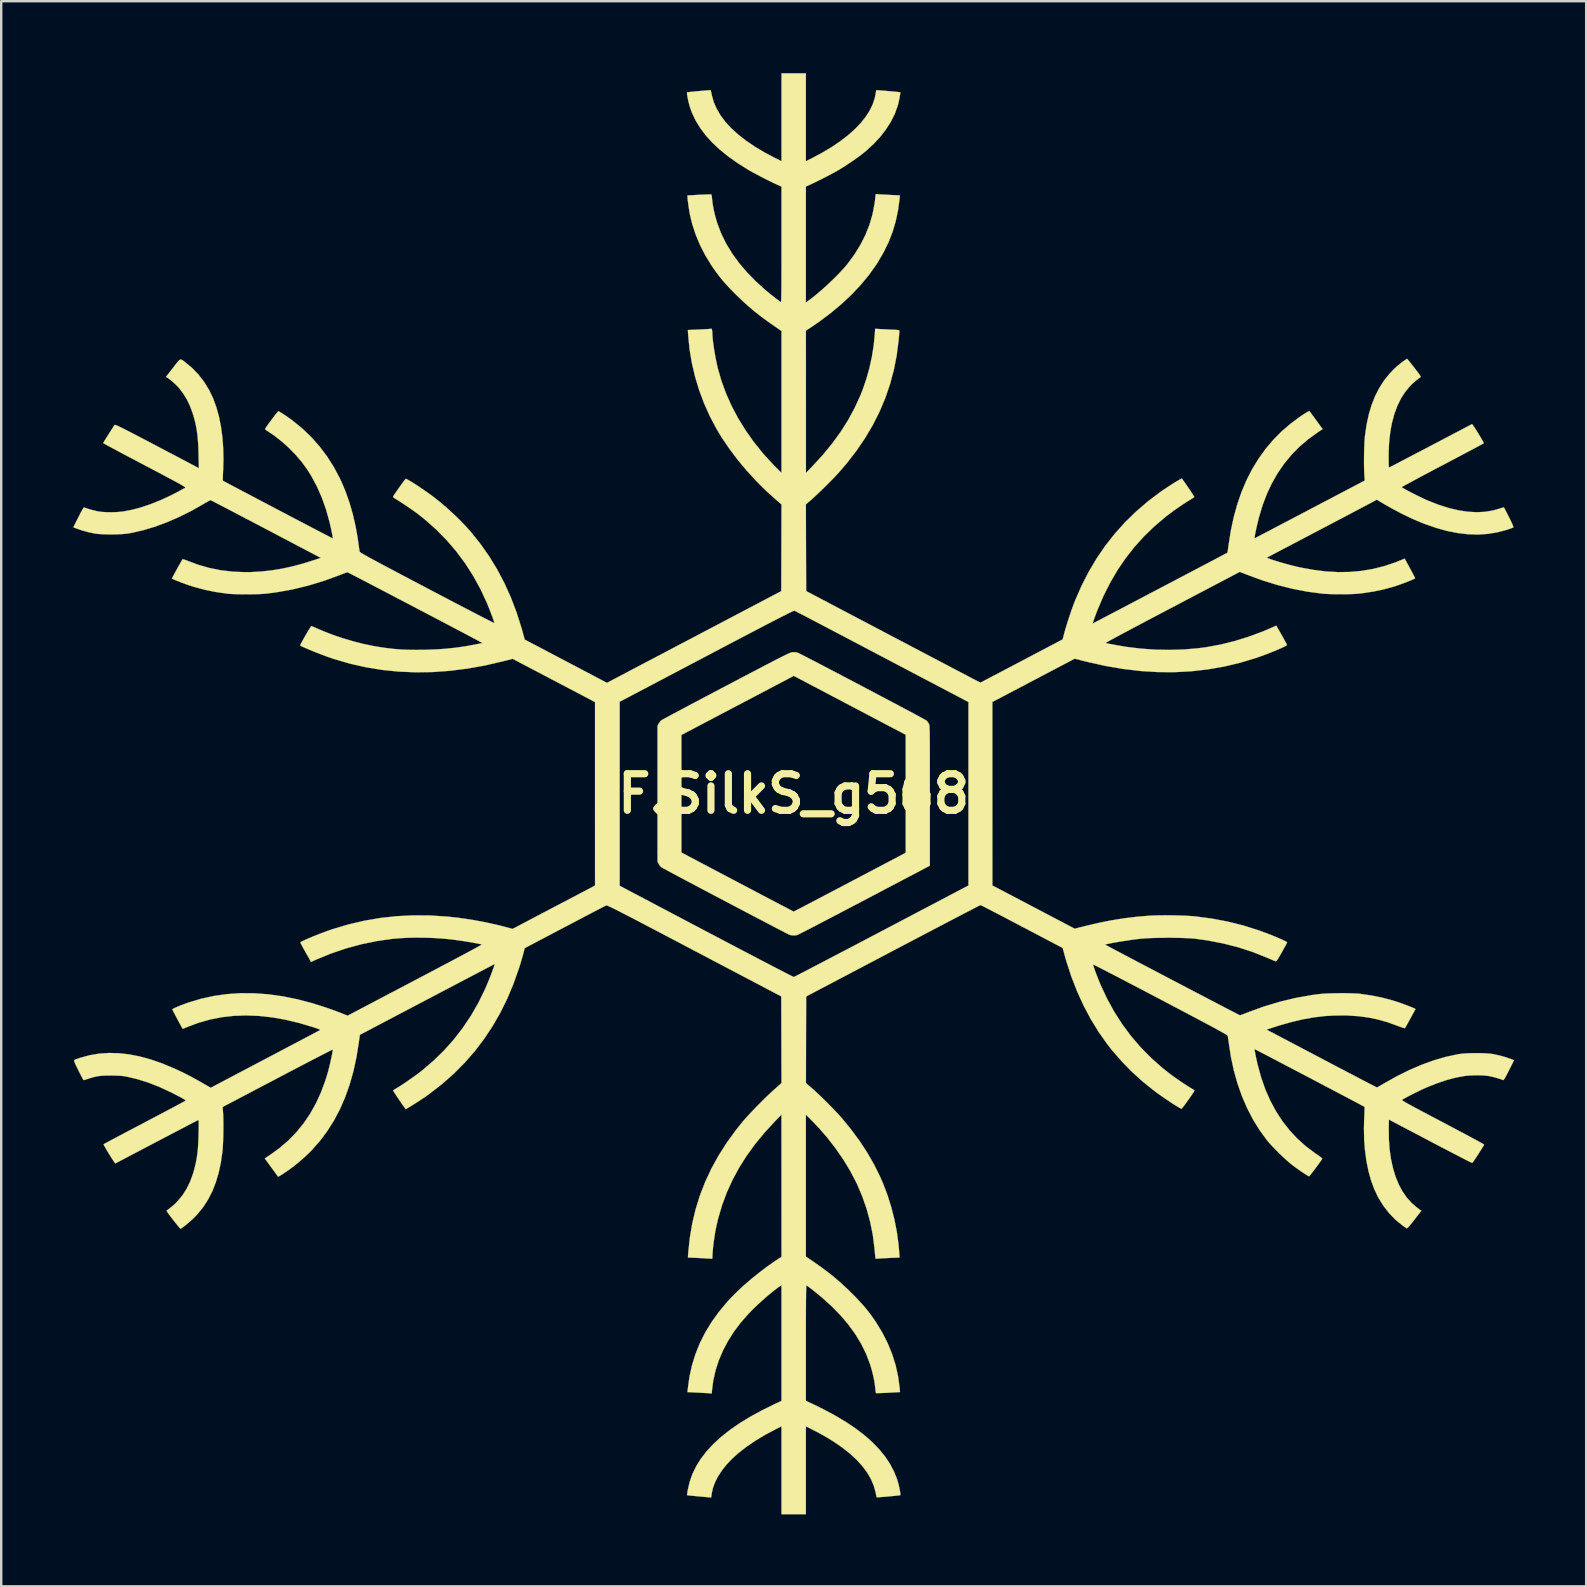
<source format=kicad_pcb>
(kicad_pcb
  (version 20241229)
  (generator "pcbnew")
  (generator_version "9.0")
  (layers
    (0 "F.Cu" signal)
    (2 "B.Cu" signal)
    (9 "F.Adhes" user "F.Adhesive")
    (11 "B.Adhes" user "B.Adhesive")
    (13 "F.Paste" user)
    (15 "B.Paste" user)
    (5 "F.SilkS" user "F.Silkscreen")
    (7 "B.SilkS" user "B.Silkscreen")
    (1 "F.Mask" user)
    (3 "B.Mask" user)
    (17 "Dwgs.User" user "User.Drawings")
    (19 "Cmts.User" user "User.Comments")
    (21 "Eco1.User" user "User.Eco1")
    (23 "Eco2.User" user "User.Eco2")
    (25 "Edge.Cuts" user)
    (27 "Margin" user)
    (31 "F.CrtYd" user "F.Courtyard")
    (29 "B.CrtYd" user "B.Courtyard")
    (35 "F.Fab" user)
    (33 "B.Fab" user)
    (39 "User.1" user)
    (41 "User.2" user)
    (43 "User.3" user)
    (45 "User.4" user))
  (footprint "F.SilkS_g568"
    (layer "F.Cu")
    (at 30.016 30.019)
    (property "Reference" "F.SilkS_g568" (at 0 0 0) (layer "F.SilkS") (effects (font (size 1.524 1.524) (thickness 0.3))))
    (attr through_hole)
    (fp_poly (pts (xy 0.074 -5.898) (xy 0.161 -5.879) (xy 0.193 -5.865) (xy 0.259 -5.832) (xy 0.357 -5.783) (xy 0.484 -5.717) (xy 0.638 -5.638) (xy 0.816 -5.546) (xy 1.016 -5.442) (xy 1.234 -5.328) (xy 1.468 -5.206) (xy 1.716 -5.076) (xy 1.975 -4.94) (xy 2.242 -4.8) (xy 2.515 -4.656) (xy 2.792 -4.511) (xy 3.068 -4.365) (xy 3.343 -4.221) (xy 3.612 -4.078) (xy 3.875 -3.939) (xy 4.127 -3.806) (xy 4.367 -3.679) (xy 4.591 -3.559) (xy 4.798 -3.449) (xy 4.985 -3.35) (xy 5.148 -3.262) (xy 5.285 -3.188) (xy 5.395 -3.128) (xy 5.473 -3.085) (xy 5.518 -3.059) (xy 5.528 -3.053) (xy 5.579 -2.998) (xy 5.625 -2.931) (xy 5.631 -2.919) (xy 5.637 -2.907) (xy 5.642 -2.893) (xy 5.647 -2.875) (xy 5.651 -2.85) (xy 5.655 -2.817) (xy 5.658 -2.774) (xy 5.661 -2.718) (xy 5.663 -2.648) (xy 5.666 -2.56) (xy 5.667 -2.453) (xy 5.669 -2.326) (xy 5.67 -2.174) (xy 5.671 -1.998) (xy 5.671 -1.794) (xy 5.672 -1.56) (xy 5.672 -1.294) (xy 5.672 -0.994) (xy 5.673 -0.658) (xy 5.673 -0.283) (xy 5.673 0.079) (xy 5.673 2.996) (xy 2.946 4.43) (xy 2.629 4.597) (xy 2.32 4.759) (xy 2.024 4.914) (xy 1.741 5.062) (xy 1.474 5.201) (xy 1.226 5.331) (xy 0.997 5.45) (xy 0.791 5.557) (xy 0.61 5.651) (xy 0.455 5.73) (xy 0.33 5.795) (xy 0.235 5.843) (xy 0.173 5.873) (xy 0.147 5.885) (xy 0.026 5.903) (xy -0.1 5.895) (xy -0.169 5.877) (xy -0.199 5.863) (xy -0.264 5.83) (xy -0.361 5.781) (xy -0.487 5.716) (xy -0.64 5.637) (xy -0.817 5.545) (xy -1.015 5.441) (xy -1.233 5.327) (xy -1.466 5.205) (xy -1.714 5.075) (xy -1.972 4.94) (xy -2.239 4.799) (xy -2.511 4.656) (xy -2.787 4.511) (xy -3.063 4.365) (xy -3.337 4.221) (xy -3.606 4.079) (xy -3.868 3.94) (xy -4.12 3.807) (xy -4.359 3.68) (xy -4.584 3.561) (xy -4.79 3.451) (xy -4.976 3.352) (xy -5.139 3.265) (xy -5.276 3.191) (xy -5.385 3.132) (xy -5.462 3.09) (xy -5.507 3.064) (xy -5.515 3.059) (xy -5.568 3.006) (xy -5.616 2.937) (xy -5.628 2.915) (xy -5.673 2.823) (xy -5.673 -2.449) (xy -4.678 -2.449) (xy -4.678 2.449) (xy -2.344 3.679) (xy -2.052 3.833) (xy -1.77 3.981) (xy -1.5 4.123) (xy -1.246 4.257) (xy -1.008 4.381) (xy -0.79 4.496) (xy -0.594 4.599) (xy -0.422 4.689) (xy -0.276 4.765) (xy -0.159 4.827) (xy -0.072 4.872) (xy -0.018 4.9) (xy 0 4.909) (xy 0.02 4.899) (xy 0.075 4.871) (xy 0.162 4.825) (xy 0.281 4.764) (xy 0.428 4.687) (xy 0.601 4.597) (xy 0.798 4.494) (xy 1.016 4.379) (xy 1.254 4.254) (xy 1.509 4.12) (xy 1.779 3.978) (xy 2.061 3.83) (xy 2.339 3.684) (xy 4.667 2.458) (xy 4.667 -2.458) (xy 2.335 -3.685) (xy 0.003 -4.912) (xy -2.337 -3.681) (xy -4.678 -2.449) (xy -5.673 -2.449) (xy -5.673 -2.823) (xy -5.628 -2.915) (xy -5.585 -2.984) (xy -5.532 -3.045) (xy -5.515 -3.059) (xy -5.489 -3.075) (xy -5.427 -3.109) (xy -5.332 -3.161) (xy -5.206 -3.229) (xy -5.051 -3.312) (xy -4.87 -3.409) (xy -4.664 -3.518) (xy -4.437 -3.639) (xy -4.189 -3.771) (xy -3.923 -3.911) (xy -3.642 -4.06) (xy -3.348 -4.215) (xy -3.042 -4.376) (xy -2.807 -4.5) (xy -2.437 -4.694) (xy -2.104 -4.87) (xy -1.804 -5.027) (xy -1.535 -5.168) (xy -1.297 -5.292) (xy -1.086 -5.402) (xy -0.902 -5.498) (xy -0.742 -5.581) (xy -0.604 -5.651) (xy -0.487 -5.71) (xy -0.388 -5.759) (xy -0.306 -5.799) (xy -0.239 -5.831) (xy -0.184 -5.855) (xy -0.141 -5.873) (xy -0.107 -5.885) (xy -0.08 -5.893) (xy -0.058 -5.898) (xy -0.046 -5.899) (xy 0.074 -5.898)) (stroke (width 0.01) (type solid)) (fill yes) (layer "F.SilkS"))
    (fp_poly (pts (xy 0.508 -26.352) (xy 0.739 -26.468) (xy 1.171 -26.697) (xy 1.568 -26.933) (xy 1.928 -27.176) (xy 2.252 -27.424) (xy 2.538 -27.677) (xy 2.786 -27.934) (xy 2.994 -28.194) (xy 3.163 -28.457) (xy 3.292 -28.722) (xy 3.379 -28.989) (xy 3.41 -29.136) (xy 3.423 -29.215) (xy 3.433 -29.276) (xy 3.44 -29.308) (xy 3.44 -29.311) (xy 3.462 -29.311) (xy 3.518 -29.308) (xy 3.602 -29.302) (xy 3.707 -29.294) (xy 3.826 -29.284) (xy 3.951 -29.273) (xy 4.075 -29.262) (xy 4.192 -29.251) (xy 4.294 -29.241) (xy 4.373 -29.232) (xy 4.424 -29.226) (xy 4.439 -29.223) (xy 4.441 -29.197) (xy 4.434 -29.139) (xy 4.421 -29.057) (xy 4.403 -28.961) (xy 4.381 -28.858) (xy 4.358 -28.758) (xy 4.335 -28.67) (xy 4.327 -28.644) (xy 4.206 -28.314) (xy 4.043 -27.99) (xy 3.841 -27.673) (xy 3.601 -27.364) (xy 3.323 -27.066) (xy 3.01 -26.779) (xy 2.879 -26.672) (xy 2.748 -26.572) (xy 2.59 -26.458) (xy 2.414 -26.337) (xy 2.232 -26.215) (xy 2.052 -26.098) (xy 1.884 -25.995) (xy 1.789 -25.939) (xy 1.684 -25.881) (xy 1.551 -25.81) (xy 1.398 -25.73) (xy 1.234 -25.646) (xy 1.069 -25.563) (xy 0.912 -25.485) (xy 0.771 -25.417) (xy 0.672 -25.371) (xy 0.508 -25.297) (xy 0.508 -20.466) (xy 0.606 -20.536) (xy 0.784 -20.669) (xy 0.978 -20.827) (xy 1.182 -21.003) (xy 1.39 -21.19) (xy 1.595 -21.384) (xy 1.791 -21.577) (xy 1.971 -21.763) (xy 2.129 -21.937) (xy 2.245 -22.077) (xy 2.536 -22.474) (xy 2.785 -22.878) (xy 2.992 -23.29) (xy 3.159 -23.71) (xy 3.284 -24.138) (xy 3.369 -24.575) (xy 3.39 -24.741) (xy 3.417 -24.982) (xy 3.629 -24.969) (xy 3.736 -24.963) (xy 3.868 -24.956) (xy 4.009 -24.948) (xy 4.133 -24.942) (xy 4.425 -24.928) (xy 4.413 -24.799) (xy 4.348 -24.315) (xy 4.251 -23.854) (xy 4.12 -23.411) (xy 3.952 -22.981) (xy 3.746 -22.558) (xy 3.501 -22.139) (xy 3.417 -22.01) (xy 3.122 -21.599) (xy 2.786 -21.194) (xy 2.413 -20.799) (xy 2.003 -20.414) (xy 1.559 -20.041) (xy 1.082 -19.682) (xy 0.776 -19.471) (xy 0.509 -19.293) (xy 0.51 -16.33) (xy 0.51 -13.367) (xy 0.787 -13.652) (xy 1.219 -14.122) (xy 1.609 -14.598) (xy 1.96 -15.082) (xy 2.271 -15.575) (xy 2.544 -16.08) (xy 2.78 -16.597) (xy 2.866 -16.812) (xy 3.021 -17.259) (xy 3.153 -17.727) (xy 3.258 -18.204) (xy 3.334 -18.679) (xy 3.379 -19.14) (xy 3.38 -19.153) (xy 3.393 -19.372) (xy 3.596 -19.359) (xy 3.698 -19.354) (xy 3.825 -19.347) (xy 3.963 -19.34) (xy 4.095 -19.334) (xy 4.101 -19.334) (xy 4.219 -19.328) (xy 4.302 -19.323) (xy 4.355 -19.317) (xy 4.385 -19.309) (xy 4.399 -19.297) (xy 4.403 -19.281) (xy 4.403 -19.274) (xy 4.401 -19.238) (xy 4.395 -19.168) (xy 4.387 -19.072) (xy 4.377 -18.959) (xy 4.37 -18.879) (xy 4.291 -18.262) (xy 4.172 -17.658) (xy 4.014 -17.067) (xy 3.817 -16.489) (xy 3.579 -15.924) (xy 3.301 -15.372) (xy 2.982 -14.831) (xy 2.623 -14.301) (xy 2.223 -13.783) (xy 1.904 -13.409) (xy 1.8 -13.296) (xy 1.673 -13.162) (xy 1.529 -13.015) (xy 1.375 -12.861) (xy 1.218 -12.706) (xy 1.065 -12.558) (xy 0.921 -12.421) (xy 0.793 -12.304) (xy 0.704 -12.225) (xy 0.508 -12.057) (xy 0.513 -10.251) (xy 0.519 -8.445) (xy 4.022 -6.601) (xy 4.383 -6.411) (xy 4.736 -6.226) (xy 5.077 -6.046) (xy 5.406 -5.873) (xy 5.72 -5.708) (xy 6.018 -5.552) (xy 6.297 -5.405) (xy 6.555 -5.269) (xy 6.792 -5.145) (xy 7.003 -5.034) (xy 7.189 -4.937) (xy 7.346 -4.854) (xy 7.474 -4.788) (xy 7.569 -4.738) (xy 7.63 -4.706) (xy 7.654 -4.694) (xy 7.783 -4.63) (xy 9.494 -5.53) (xy 11.205 -6.431) (xy 11.276 -6.703) (xy 11.322 -6.868) (xy 11.381 -7.062) (xy 11.447 -7.272) (xy 11.519 -7.488) (xy 11.592 -7.698) (xy 11.663 -7.891) (xy 11.721 -8.043) (xy 11.989 -8.657) (xy 12.288 -9.242) (xy 12.618 -9.799) (xy 12.98 -10.328) (xy 13.374 -10.83) (xy 13.8 -11.305) (xy 14.26 -11.754) (xy 14.752 -12.177) (xy 15.263 -12.563) (xy 15.381 -12.645) (xy 15.506 -12.73) (xy 15.634 -12.814) (xy 15.759 -12.895) (xy 15.876 -12.968) (xy 15.98 -13.031) (xy 16.067 -13.081) (xy 16.13 -13.115) (xy 16.166 -13.13) (xy 16.172 -13.129) (xy 16.202 -13.092) (xy 16.247 -13.029) (xy 16.305 -12.948) (xy 16.37 -12.854) (xy 16.438 -12.754) (xy 16.506 -12.654) (xy 16.569 -12.559) (xy 16.622 -12.477) (xy 16.663 -12.412) (xy 16.687 -12.372) (xy 16.69 -12.362) (xy 16.669 -12.344) (xy 16.619 -12.312) (xy 16.552 -12.27) (xy 16.526 -12.255) (xy 16.378 -12.164) (xy 16.207 -12.052) (xy 16.025 -11.928) (xy 15.84 -11.798) (xy 15.665 -11.669) (xy 15.508 -11.549) (xy 15.474 -11.522) (xy 15.01 -11.126) (xy 14.58 -10.708) (xy 14.183 -10.267) (xy 13.819 -9.801) (xy 13.484 -9.308) (xy 13.18 -8.787) (xy 12.904 -8.237) (xy 12.655 -7.656) (xy 12.53 -7.321) (xy 12.498 -7.23) (xy 12.473 -7.157) (xy 12.457 -7.108) (xy 12.454 -7.091) (xy 12.473 -7.1) (xy 12.527 -7.128) (xy 12.613 -7.174) (xy 12.729 -7.234) (xy 12.873 -7.31) (xy 13.042 -7.398) (xy 13.233 -7.499) (xy 13.444 -7.609) (xy 13.673 -7.729) (xy 13.916 -7.857) (xy 14.172 -7.992) (xy 14.438 -8.131) (xy 14.711 -8.275) (xy 14.99 -8.421) (xy 15.27 -8.568) (xy 15.551 -8.716) (xy 15.829 -8.862) (xy 16.102 -9.006) (xy 16.367 -9.145) (xy 16.623 -9.279) (xy 16.865 -9.407) (xy 17.093 -9.527) (xy 17.303 -9.637) (xy 17.493 -9.737) (xy 17.661 -9.826) (xy 17.803 -9.901) (xy 17.917 -9.961) (xy 18.002 -10.006) (xy 18.054 -10.033) (xy 18.071 -10.043) (xy 18.075 -10.064) (xy 18.084 -10.12) (xy 18.096 -10.203) (xy 18.111 -10.307) (xy 18.119 -10.37) (xy 18.214 -10.969) (xy 18.336 -11.536) (xy 18.484 -12.073) (xy 18.66 -12.58) (xy 18.863 -13.059) (xy 19.094 -13.511) (xy 19.355 -13.939) (xy 19.369 -13.959) (xy 19.664 -14.37) (xy 19.982 -14.747) (xy 20.327 -15.095) (xy 20.702 -15.418) (xy 21.111 -15.72) (xy 21.2 -15.78) (xy 21.294 -15.841) (xy 21.376 -15.891) (xy 21.439 -15.927) (xy 21.478 -15.944) (xy 21.486 -15.944) (xy 21.502 -15.923) (xy 21.54 -15.873) (xy 21.594 -15.798) (xy 21.662 -15.706) (xy 21.739 -15.6) (xy 21.768 -15.56) (xy 22.035 -15.192) (xy 21.834 -15.059) (xy 21.437 -14.772) (xy 21.072 -14.46) (xy 20.739 -14.122) (xy 20.437 -13.756) (xy 20.166 -13.364) (xy 19.925 -12.943) (xy 19.714 -12.493) (xy 19.532 -12.013) (xy 19.379 -11.503) (xy 19.295 -11.155) (xy 19.259 -10.993) (xy 19.233 -10.867) (xy 19.216 -10.775) (xy 19.206 -10.711) (xy 19.203 -10.672) (xy 19.207 -10.653) (xy 19.217 -10.65) (xy 19.218 -10.65) (xy 19.239 -10.66) (xy 19.296 -10.69) (xy 19.385 -10.736) (xy 19.505 -10.799) (xy 19.653 -10.876) (xy 19.828 -10.967) (xy 20.025 -11.071) (xy 20.244 -11.186) (xy 20.483 -11.311) (xy 20.737 -11.444) (xy 21.007 -11.585) (xy 21.288 -11.733) (xy 21.517 -11.854) (xy 23.792 -13.049) (xy 23.776 -13.261) (xy 23.768 -13.405) (xy 23.763 -13.58) (xy 23.76 -13.776) (xy 23.761 -13.985) (xy 23.764 -14.197) (xy 23.769 -14.404) (xy 23.777 -14.597) (xy 23.787 -14.766) (xy 23.799 -14.902) (xy 23.8 -14.911) (xy 23.867 -15.374) (xy 23.96 -15.804) (xy 24.079 -16.201) (xy 24.225 -16.569) (xy 24.398 -16.908) (xy 24.598 -17.219) (xy 24.827 -17.503) (xy 25.032 -17.714) (xy 25.108 -17.783) (xy 25.194 -17.857) (xy 25.285 -17.931) (xy 25.373 -17.999) (xy 25.45 -18.056) (xy 25.512 -18.097) (xy 25.55 -18.118) (xy 25.556 -18.119) (xy 25.572 -18.103) (xy 25.61 -18.058) (xy 25.666 -17.989) (xy 25.736 -17.901) (xy 25.816 -17.799) (xy 25.858 -17.746) (xy 25.954 -17.621) (xy 26.026 -17.526) (xy 26.076 -17.455) (xy 26.107 -17.407) (xy 26.121 -17.376) (xy 26.12 -17.359) (xy 26.115 -17.355) (xy 26.04 -17.305) (xy 25.947 -17.233) (xy 25.846 -17.147) (xy 25.746 -17.055) (xy 25.681 -16.989) (xy 25.477 -16.745) (xy 25.3 -16.468) (xy 25.148 -16.159) (xy 25.022 -15.819) (xy 24.924 -15.45) (xy 24.881 -15.231) (xy 24.845 -14.997) (xy 24.818 -14.771) (xy 24.8 -14.539) (xy 24.79 -14.29) (xy 24.786 -14.011) (xy 24.786 -14.005) (xy 24.787 -13.861) (xy 24.788 -13.755) (xy 24.79 -13.68) (xy 24.794 -13.633) (xy 24.8 -13.606) (xy 24.809 -13.597) (xy 24.821 -13.598) (xy 24.821 -13.598) (xy 24.843 -13.609) (xy 24.899 -13.638) (xy 24.985 -13.683) (xy 25.1 -13.743) (xy 25.239 -13.815) (xy 25.399 -13.899) (xy 25.578 -13.992) (xy 25.771 -14.094) (xy 25.976 -14.201) (xy 26.19 -14.313) (xy 26.408 -14.427) (xy 26.629 -14.543) (xy 26.848 -14.658) (xy 27.063 -14.771) (xy 27.27 -14.879) (xy 27.466 -14.982) (xy 27.648 -15.078) (xy 27.812 -15.164) (xy 27.956 -15.24) (xy 28.075 -15.303) (xy 28.168 -15.352) (xy 28.23 -15.385) (xy 28.259 -15.4) (xy 28.274 -15.386) (xy 28.307 -15.342) (xy 28.354 -15.273) (xy 28.41 -15.187) (xy 28.472 -15.089) (xy 28.536 -14.986) (xy 28.598 -14.883) (xy 28.654 -14.788) (xy 28.701 -14.706) (xy 28.734 -14.644) (xy 28.75 -14.608) (xy 28.75 -14.602) (xy 28.729 -14.59) (xy 28.673 -14.559) (xy 28.585 -14.512) (xy 28.468 -14.449) (xy 28.323 -14.372) (xy 28.155 -14.282) (xy 27.965 -14.182) (xy 27.757 -14.071) (xy 27.532 -13.953) (xy 27.294 -13.827) (xy 27.045 -13.696) (xy 27.032 -13.689) (xy 26.783 -13.558) (xy 26.545 -13.432) (xy 26.32 -13.313) (xy 26.112 -13.202) (xy 25.923 -13.1) (xy 25.755 -13.01) (xy 25.612 -12.932) (xy 25.495 -12.868) (xy 25.407 -12.82) (xy 25.352 -12.788) (xy 25.332 -12.774) (xy 25.332 -12.774) (xy 25.35 -12.757) (xy 25.401 -12.726) (xy 25.479 -12.682) (xy 25.578 -12.628) (xy 25.694 -12.567) (xy 25.821 -12.502) (xy 25.953 -12.435) (xy 26.084 -12.371) (xy 26.21 -12.31) (xy 26.324 -12.257) (xy 26.421 -12.214) (xy 26.427 -12.212) (xy 26.868 -12.039) (xy 27.291 -11.905) (xy 27.696 -11.808) (xy 28.082 -11.75) (xy 28.451 -11.729) (xy 28.801 -11.746) (xy 29.135 -11.801) (xy 29.419 -11.883) (xy 29.494 -11.907) (xy 29.553 -11.924) (xy 29.586 -11.929) (xy 29.588 -11.929) (xy 29.601 -11.908) (xy 29.63 -11.855) (xy 29.671 -11.776) (xy 29.723 -11.675) (xy 29.781 -11.559) (xy 29.803 -11.516) (xy 29.87 -11.379) (xy 29.92 -11.275) (xy 29.953 -11.199) (xy 29.973 -11.147) (xy 29.98 -11.115) (xy 29.977 -11.096) (xy 29.972 -11.091) (xy 29.94 -11.077) (xy 29.877 -11.054) (xy 29.792 -11.024) (xy 29.707 -10.996) (xy 29.321 -10.893) (xy 28.924 -10.827) (xy 28.516 -10.8) (xy 28.097 -10.812) (xy 27.665 -10.862) (xy 27.219 -10.95) (xy 26.759 -11.078) (xy 26.283 -11.244) (xy 26.12 -11.308) (xy 25.711 -11.485) (xy 25.286 -11.692) (xy 24.855 -11.923) (xy 24.512 -12.121) (xy 24.291 -12.254) (xy 24.226 -12.215) (xy 24.2 -12.201) (xy 24.138 -12.168) (xy 24.043 -12.117) (xy 23.918 -12.051) (xy 23.765 -11.97) (xy 23.587 -11.876) (xy 23.386 -11.77) (xy 23.163 -11.653) (xy 22.923 -11.526) (xy 22.666 -11.391) (xy 22.396 -11.249) (xy 22.115 -11.101) (xy 21.932 -11.005) (xy 19.702 -9.834) (xy 19.836 -9.783) (xy 19.953 -9.743) (xy 20.102 -9.695) (xy 20.273 -9.644) (xy 20.457 -9.591) (xy 20.645 -9.54) (xy 20.827 -9.493) (xy 20.993 -9.452) (xy 21.089 -9.431) (xy 21.637 -9.329) (xy 22.166 -9.263) (xy 22.678 -9.234) (xy 23.176 -9.241) (xy 23.662 -9.286) (xy 24.139 -9.367) (xy 24.61 -9.486) (xy 25.077 -9.643) (xy 25.379 -9.765) (xy 25.454 -9.797) (xy 25.67 -9.4) (xy 25.734 -9.281) (xy 25.791 -9.175) (xy 25.837 -9.086) (xy 25.87 -9.021) (xy 25.886 -8.985) (xy 25.887 -8.981) (xy 25.868 -8.964) (xy 25.815 -8.937) (xy 25.734 -8.901) (xy 25.631 -8.858) (xy 25.513 -8.811) (xy 25.385 -8.763) (xy 25.253 -8.715) (xy 25.124 -8.67) (xy 25.004 -8.631) (xy 24.956 -8.616) (xy 24.563 -8.511) (xy 24.164 -8.427) (xy 23.745 -8.362) (xy 23.537 -8.338) (xy 23.411 -8.328) (xy 23.252 -8.32) (xy 23.069 -8.315) (xy 22.872 -8.313) (xy 22.671 -8.313) (xy 22.474 -8.316) (xy 22.291 -8.321) (xy 22.132 -8.33) (xy 22.035 -8.337) (xy 21.418 -8.417) (xy 20.791 -8.537) (xy 20.155 -8.697) (xy 19.512 -8.896) (xy 18.871 -9.132) (xy 18.584 -9.245) (xy 15.781 -7.771) (xy 15.46 -7.602) (xy 15.15 -7.439) (xy 14.852 -7.282) (xy 14.569 -7.132) (xy 14.303 -6.991) (xy 14.055 -6.859) (xy 13.829 -6.739) (xy 13.624 -6.63) (xy 13.445 -6.533) (xy 13.293 -6.451) (xy 13.169 -6.384) (xy 13.077 -6.333) (xy 13.017 -6.3) (xy 12.993 -6.284) (xy 12.992 -6.284) (xy 13.017 -6.276) (xy 13.076 -6.262) (xy 13.163 -6.244) (xy 13.271 -6.224) (xy 13.393 -6.201) (xy 13.521 -6.177) (xy 13.65 -6.155) (xy 13.771 -6.135) (xy 13.875 -6.118) (xy 14.457 -6.047) (xy 15.051 -6.005) (xy 15.648 -5.993) (xy 16.24 -6.01) (xy 16.818 -6.058) (xy 17.187 -6.106) (xy 17.775 -6.214) (xy 18.37 -6.361) (xy 18.965 -6.546) (xy 19.557 -6.766) (xy 19.986 -6.95) (xy 20.106 -7.005) (xy 20.33 -6.611) (xy 20.396 -6.493) (xy 20.454 -6.388) (xy 20.501 -6.301) (xy 20.535 -6.237) (xy 20.552 -6.202) (xy 20.553 -6.197) (xy 20.534 -6.179) (xy 20.48 -6.148) (xy 20.396 -6.107) (xy 20.287 -6.057) (xy 20.158 -6.001) (xy 20.014 -5.941) (xy 19.86 -5.879) (xy 19.701 -5.817) (xy 19.541 -5.757) (xy 19.386 -5.701) (xy 19.248 -5.654) (xy 18.588 -5.455) (xy 17.921 -5.297) (xy 17.246 -5.18) (xy 16.563 -5.103) (xy 15.87 -5.066) (xy 15.168 -5.07) (xy 14.456 -5.114) (xy 13.733 -5.199) (xy 12.999 -5.324) (xy 12.253 -5.49) (xy 12.114 -5.524) (xy 11.708 -5.628) (xy 9.992 -4.726) (xy 8.276 -3.824) (xy 8.277 3.821) (xy 9.993 4.721) (xy 11.708 5.622) (xy 12.146 5.511) (xy 12.703 5.38) (xy 13.238 5.273) (xy 13.761 5.189) (xy 14.284 5.125) (xy 14.817 5.081) (xy 14.848 5.079) (xy 15.038 5.07) (xy 15.258 5.064) (xy 15.497 5.063) (xy 15.747 5.065) (xy 15.997 5.07) (xy 16.239 5.078) (xy 16.463 5.089) (xy 16.66 5.103) (xy 16.753 5.112) (xy 17.434 5.202) (xy 18.094 5.328) (xy 18.74 5.49) (xy 19.376 5.691) (xy 19.748 5.828) (xy 19.89 5.883) (xy 20.03 5.941) (xy 20.165 5.998) (xy 20.288 6.051) (xy 20.395 6.1) (xy 20.479 6.14) (xy 20.535 6.17) (xy 20.558 6.187) (xy 20.558 6.188) (xy 20.548 6.211) (xy 20.521 6.265) (xy 20.479 6.344) (xy 20.424 6.443) (xy 20.361 6.557) (xy 20.339 6.596) (xy 20.264 6.728) (xy 20.206 6.827) (xy 20.163 6.897) (xy 20.13 6.943) (xy 20.106 6.968) (xy 20.087 6.978) (xy 20.077 6.977) (xy 20.044 6.966) (xy 19.98 6.94) (xy 19.891 6.903) (xy 19.786 6.859) (xy 19.695 6.819) (xy 19.115 6.589) (xy 18.514 6.394) (xy 17.889 6.235) (xy 17.242 6.11) (xy 16.732 6.039) (xy 16.592 6.026) (xy 16.417 6.016) (xy 16.214 6.008) (xy 15.992 6.002) (xy 15.757 5.999) (xy 15.516 5.999) (xy 15.278 6.001) (xy 15.049 6.006) (xy 14.838 6.013) (xy 14.651 6.023) (xy 14.495 6.035) (xy 14.457 6.039) (xy 14.231 6.066) (xy 13.99 6.099) (xy 13.746 6.136) (xy 13.513 6.174) (xy 13.302 6.211) (xy 13.201 6.231) (xy 12.965 6.278) (xy 13.102 6.354) (xy 13.163 6.387) (xy 13.255 6.437) (xy 13.378 6.501) (xy 13.527 6.58) (xy 13.7 6.672) (xy 13.895 6.775) (xy 14.11 6.888) (xy 14.341 7.01) (xy 14.587 7.139) (xy 14.844 7.274) (xy 15.111 7.414) (xy 15.384 7.557) (xy 15.661 7.703) (xy 15.94 7.849) (xy 16.218 7.994) (xy 16.492 8.138) (xy 16.76 8.278) (xy 17.02 8.414) (xy 17.269 8.544) (xy 17.504 8.666) (xy 17.722 8.781) (xy 17.922 8.885) (xy 18.101 8.978) (xy 18.256 9.058) (xy 18.385 9.124) (xy 18.484 9.176) (xy 18.552 9.21) (xy 18.587 9.227) (xy 18.59 9.229) (xy 18.618 9.221) (xy 18.678 9.201) (xy 18.761 9.17) (xy 18.862 9.131) (xy 18.912 9.111) (xy 19.581 8.867) (xy 20.249 8.666) (xy 20.918 8.505) (xy 21.591 8.386) (xy 21.886 8.347) (xy 22.026 8.334) (xy 22.197 8.323) (xy 22.391 8.316) (xy 22.598 8.311) (xy 22.811 8.309) (xy 23.019 8.31) (xy 23.216 8.313) (xy 23.391 8.32) (xy 23.537 8.33) (xy 23.59 8.335) (xy 24.047 8.4) (xy 24.477 8.485) (xy 24.892 8.592) (xy 25.167 8.678) (xy 25.266 8.712) (xy 25.378 8.753) (xy 25.496 8.796) (xy 25.612 8.841) (xy 25.718 8.883) (xy 25.807 8.92) (xy 25.872 8.948) (xy 25.903 8.964) (xy 25.895 8.983) (xy 25.87 9.032) (xy 25.832 9.105) (xy 25.783 9.195) (xy 25.728 9.296) (xy 25.67 9.402) (xy 25.613 9.505) (xy 25.561 9.599) (xy 25.516 9.678) (xy 25.483 9.735) (xy 25.465 9.764) (xy 25.464 9.765) (xy 25.439 9.764) (xy 25.382 9.749) (xy 25.302 9.722) (xy 25.203 9.686) (xy 25.153 9.667) (xy 24.749 9.52) (xy 24.348 9.406) (xy 23.942 9.322) (xy 23.52 9.266) (xy 23.074 9.237) (xy 23.008 9.235) (xy 22.561 9.236) (xy 22.116 9.262) (xy 21.668 9.316) (xy 21.21 9.398) (xy 20.738 9.509) (xy 20.245 9.649) (xy 20.025 9.719) (xy 19.698 9.826) (xy 19.76 9.859) (xy 19.787 9.873) (xy 19.848 9.905) (xy 19.943 9.954) (xy 20.067 10.02) (xy 20.22 10.1) (xy 20.398 10.193) (xy 20.599 10.299) (xy 20.821 10.416) (xy 21.061 10.542) (xy 21.317 10.677) (xy 21.587 10.819) (xy 21.868 10.967) (xy 22.05 11.063) (xy 22.336 11.213) (xy 22.612 11.358) (xy 22.875 11.495) (xy 23.123 11.625) (xy 23.353 11.746) (xy 23.564 11.856) (xy 23.753 11.955) (xy 23.918 12.04) (xy 24.056 12.112) (xy 24.165 12.168) (xy 24.243 12.208) (xy 24.287 12.23) (xy 24.297 12.234) (xy 24.32 12.224) (xy 24.374 12.196) (xy 24.451 12.152) (xy 24.544 12.098) (xy 24.619 12.054) (xy 25.139 11.763) (xy 25.655 11.508) (xy 26.165 11.289) (xy 26.667 11.107) (xy 27.158 10.964) (xy 27.638 10.859) (xy 27.733 10.843) (xy 27.859 10.828) (xy 28.016 10.816) (xy 28.193 10.809) (xy 28.381 10.805) (xy 28.57 10.806) (xy 28.752 10.811) (xy 28.917 10.82) (xy 29.055 10.833) (xy 29.125 10.844) (xy 29.4 10.902) (xy 29.652 10.972) (xy 29.827 11.032) (xy 30.011 11.099) (xy 29.8 11.52) (xy 29.725 11.667) (xy 29.663 11.784) (xy 29.614 11.868) (xy 29.581 11.917) (xy 29.564 11.93) (xy 29.464 11.893) (xy 29.338 11.853) (xy 29.201 11.815) (xy 29.069 11.782) (xy 28.958 11.759) (xy 28.951 11.758) (xy 28.792 11.74) (xy 28.606 11.73) (xy 28.405 11.728) (xy 28.203 11.735) (xy 28.013 11.75) (xy 27.936 11.76) (xy 27.583 11.825) (xy 27.207 11.924) (xy 26.81 12.058) (xy 26.392 12.225) (xy 26.273 12.277) (xy 26.161 12.328) (xy 26.034 12.389) (xy 25.9 12.455) (xy 25.765 12.522) (xy 25.637 12.588) (xy 25.524 12.648) (xy 25.431 12.7) (xy 25.365 12.738) (xy 25.345 12.752) (xy 25.344 12.758) (xy 25.353 12.77) (xy 25.376 12.788) (xy 25.414 12.813) (xy 25.469 12.846) (xy 25.544 12.889) (xy 25.639 12.942) (xy 25.759 13.008) (xy 25.904 13.086) (xy 26.076 13.178) (xy 26.278 13.285) (xy 26.511 13.408) (xy 26.779 13.549) (xy 27.038 13.686) (xy 27.289 13.818) (xy 27.529 13.945) (xy 27.755 14.065) (xy 27.965 14.177) (xy 28.157 14.28) (xy 28.327 14.371) (xy 28.473 14.45) (xy 28.592 14.516) (xy 28.682 14.566) (xy 28.74 14.599) (xy 28.763 14.615) (xy 28.764 14.616) (xy 28.752 14.641) (xy 28.721 14.694) (xy 28.675 14.77) (xy 28.618 14.86) (xy 28.555 14.96) (xy 28.489 15.062) (xy 28.425 15.16) (xy 28.366 15.247) (xy 28.318 15.317) (xy 28.284 15.364) (xy 28.268 15.381) (xy 28.247 15.372) (xy 28.19 15.345) (xy 28.102 15.301) (xy 27.984 15.242) (xy 27.84 15.167) (xy 27.671 15.08) (xy 27.481 14.982) (xy 27.272 14.873) (xy 27.046 14.755) (xy 26.807 14.63) (xy 26.558 14.499) (xy 26.522 14.48) (xy 24.797 13.573) (xy 24.79 13.925) (xy 24.795 14.38) (xy 24.826 14.812) (xy 24.883 15.218) (xy 24.966 15.598) (xy 25.073 15.949) (xy 25.205 16.272) (xy 25.361 16.563) (xy 25.54 16.822) (xy 25.743 17.047) (xy 25.887 17.175) (xy 25.962 17.235) (xy 26.031 17.288) (xy 26.082 17.327) (xy 26.098 17.337) (xy 26.15 17.371) (xy 25.858 17.745) (xy 25.762 17.869) (xy 25.687 17.962) (xy 25.631 18.028) (xy 25.59 18.071) (xy 25.561 18.095) (xy 25.541 18.102) (xy 25.531 18.1) (xy 25.497 18.078) (xy 25.44 18.039) (xy 25.372 17.99) (xy 25.357 17.98) (xy 25.07 17.745) (xy 24.812 17.48) (xy 24.581 17.185) (xy 24.375 16.856) (xy 24.336 16.785) (xy 24.184 16.462) (xy 24.054 16.107) (xy 23.947 15.721) (xy 23.863 15.308) (xy 23.803 14.872) (xy 23.767 14.416) (xy 23.757 13.943) (xy 23.768 13.523) (xy 23.775 13.386) (xy 23.78 13.265) (xy 23.783 13.164) (xy 23.784 13.09) (xy 23.783 13.049) (xy 23.782 13.044) (xy 23.762 13.032) (xy 23.707 13.002) (xy 23.62 12.956) (xy 23.505 12.894) (xy 23.363 12.819) (xy 23.197 12.732) (xy 23.011 12.633) (xy 22.807 12.526) (xy 22.587 12.41) (xy 22.356 12.288) (xy 22.114 12.161) (xy 21.866 12.03) (xy 21.614 11.898) (xy 21.36 11.764) (xy 21.108 11.632) (xy 20.86 11.502) (xy 20.619 11.376) (xy 20.387 11.254) (xy 20.169 11.14) (xy 19.965 11.033) (xy 19.78 10.936) (xy 19.615 10.851) (xy 19.474 10.777) (xy 19.36 10.718) (xy 19.274 10.674) (xy 19.221 10.646) (xy 19.202 10.638) (xy 19.202 10.661) (xy 19.21 10.719) (xy 19.225 10.806) (xy 19.247 10.914) (xy 19.272 11.038) (xy 19.302 11.171) (xy 19.333 11.306) (xy 19.336 11.315) (xy 19.48 11.838) (xy 19.654 12.332) (xy 19.86 12.797) (xy 20.096 13.234) (xy 20.362 13.643) (xy 20.659 14.021) (xy 20.985 14.37) (xy 21.341 14.69) (xy 21.726 14.978) (xy 21.806 15.032) (xy 21.911 15.104) (xy 21.98 15.157) (xy 22.015 15.193) (xy 22.018 15.209) (xy 21.991 15.252) (xy 21.945 15.318) (xy 21.887 15.4) (xy 21.819 15.493) (xy 21.746 15.59) (xy 21.674 15.686) (xy 21.606 15.775) (xy 21.547 15.849) (xy 21.502 15.905) (xy 21.476 15.935) (xy 21.471 15.938) (xy 21.442 15.926) (xy 21.385 15.893) (xy 21.306 15.843) (xy 21.21 15.78) (xy 21.103 15.707) (xy 20.992 15.629) (xy 20.882 15.549) (xy 20.78 15.472) (xy 20.746 15.447) (xy 20.636 15.356) (xy 20.505 15.24) (xy 20.363 15.108) (xy 20.216 14.966) (xy 20.071 14.821) (xy 19.936 14.681) (xy 19.818 14.553) (xy 19.725 14.444) (xy 19.719 14.436) (xy 19.414 14.019) (xy 19.138 13.573) (xy 18.892 13.099) (xy 18.675 12.598) (xy 18.49 12.072) (xy 18.336 11.524) (xy 18.215 10.954) (xy 18.14 10.474) (xy 18.124 10.354) (xy 18.108 10.246) (xy 18.095 10.158) (xy 18.085 10.099) (xy 18.08 10.08) (xy 18.072 10.07) (xy 18.049 10.052) (xy 18.01 10.027) (xy 17.954 9.994) (xy 17.879 9.951) (xy 17.784 9.898) (xy 17.668 9.833) (xy 17.527 9.757) (xy 17.362 9.668) (xy 17.171 9.566) (xy 16.951 9.449) (xy 16.703 9.317) (xy 16.423 9.169) (xy 16.11 9.004) (xy 15.763 8.821) (xy 15.381 8.62) (xy 15.272 8.562) (xy 14.951 8.394) (xy 14.641 8.231) (xy 14.343 8.075) (xy 14.06 7.927) (xy 13.793 7.788) (xy 13.545 7.659) (xy 13.317 7.54) (xy 13.112 7.434) (xy 12.932 7.341) (xy 12.778 7.262) (xy 12.653 7.199) (xy 12.559 7.152) (xy 12.498 7.122) (xy 12.472 7.111) (xy 12.471 7.111) (xy 12.476 7.139) (xy 12.494 7.199) (xy 12.524 7.287) (xy 12.562 7.395) (xy 12.608 7.517) (xy 12.658 7.647) (xy 12.71 7.779) (xy 12.763 7.907) (xy 12.787 7.964) (xy 13.054 8.536) (xy 13.353 9.081) (xy 13.686 9.6) (xy 14.051 10.092) (xy 14.45 10.557) (xy 14.882 10.997) (xy 15.347 11.41) (xy 15.664 11.662) (xy 15.769 11.74) (xy 15.896 11.831) (xy 16.035 11.927) (xy 16.179 12.025) (xy 16.319 12.118) (xy 16.447 12.2) (xy 16.554 12.267) (xy 16.611 12.3) (xy 16.662 12.333) (xy 16.692 12.362) (xy 16.695 12.373) (xy 16.681 12.399) (xy 16.647 12.453) (xy 16.597 12.527) (xy 16.536 12.616) (xy 16.468 12.712) (xy 16.397 12.811) (xy 16.329 12.906) (xy 16.267 12.991) (xy 16.215 13.059) (xy 16.179 13.105) (xy 16.162 13.122) (xy 16.162 13.122) (xy 16.129 13.111) (xy 16.066 13.079) (xy 15.978 13.027) (xy 15.87 12.96) (xy 15.746 12.881) (xy 15.612 12.792) (xy 15.471 12.697) (xy 15.329 12.598) (xy 15.189 12.5) (xy 15.058 12.404) (xy 14.983 12.348) (xy 14.525 11.977) (xy 14.082 11.574) (xy 13.664 11.145) (xy 13.275 10.699) (xy 13.066 10.434) (xy 12.709 9.929) (xy 12.38 9.393) (xy 12.08 8.829) (xy 11.81 8.239) (xy 11.57 7.623) (xy 11.362 6.985) (xy 11.295 6.751) (xy 11.206 6.424) (xy 9.506 5.53) (xy 9.257 5.399) (xy 9.018 5.274) (xy 8.792 5.155) (xy 8.582 5.046) (xy 8.391 4.946) (xy 8.221 4.858) (xy 8.075 4.783) (xy 7.955 4.721) (xy 7.864 4.675) (xy 7.806 4.647) (xy 7.782 4.636) (xy 7.782 4.636) (xy 7.761 4.646) (xy 7.704 4.674) (xy 7.614 4.72) (xy 7.492 4.784) (xy 7.339 4.863) (xy 7.158 4.957) (xy 6.951 5.065) (xy 6.719 5.186) (xy 6.464 5.32) (xy 6.188 5.464) (xy 5.892 5.619) (xy 5.579 5.783) (xy 5.251 5.955) (xy 4.909 6.135) (xy 4.555 6.321) (xy 4.19 6.513) (xy 4.138 6.54) (xy 0.519 8.445) (xy 0.514 10.25) (xy 0.51 12.054) (xy 0.745 12.255) (xy 0.871 12.367) (xy 1.018 12.503) (xy 1.179 12.657) (xy 1.347 12.822) (xy 1.516 12.992) (xy 1.678 13.158) (xy 1.826 13.315) (xy 1.954 13.456) (xy 2.022 13.533) (xy 2.41 14.01) (xy 2.759 14.484) (xy 3.07 14.962) (xy 3.348 15.445) (xy 3.593 15.938) (xy 3.715 16.216) (xy 3.9 16.698) (xy 4.06 17.203) (xy 4.192 17.721) (xy 4.295 18.243) (xy 4.366 18.759) (xy 4.395 19.095) (xy 4.409 19.32) (xy 4.093 19.334) (xy 3.963 19.34) (xy 3.829 19.346) (xy 3.706 19.353) (xy 3.609 19.359) (xy 3.595 19.36) (xy 3.411 19.372) (xy 3.4 19.28) (xy 3.394 19.222) (xy 3.385 19.135) (xy 3.375 19.029) (xy 3.365 18.923) (xy 3.296 18.382) (xy 3.187 17.839) (xy 3.041 17.301) (xy 2.858 16.775) (xy 2.642 16.267) (xy 2.604 16.187) (xy 2.353 15.709) (xy 2.065 15.234) (xy 1.743 14.768) (xy 1.393 14.317) (xy 1.018 13.886) (xy 0.731 13.589) (xy 0.508 13.368) (xy 0.508 19.28) (xy 0.778 19.464) (xy 1.113 19.699) (xy 1.418 19.926) (xy 1.701 20.152) (xy 1.972 20.385) (xy 2.239 20.633) (xy 2.446 20.836) (xy 2.643 21.037) (xy 2.813 21.22) (xy 2.964 21.392) (xy 3.103 21.563) (xy 3.236 21.739) (xy 3.37 21.93) (xy 3.43 22.019) (xy 3.692 22.448) (xy 3.916 22.891) (xy 4.101 23.344) (xy 4.246 23.806) (xy 4.35 24.274) (xy 4.413 24.747) (xy 4.414 24.756) (xy 4.429 24.926) (xy 3.939 24.953) (xy 3.799 24.96) (xy 3.673 24.965) (xy 3.567 24.969) (xy 3.488 24.97) (xy 3.442 24.969) (xy 3.432 24.968) (xy 3.422 24.943) (xy 3.412 24.887) (xy 3.403 24.808) (xy 3.4 24.771) (xy 3.375 24.561) (xy 3.332 24.325) (xy 3.273 24.077) (xy 3.202 23.826) (xy 3.173 23.738) (xy 3.012 23.321) (xy 2.809 22.911) (xy 2.565 22.509) (xy 2.279 22.115) (xy 1.952 21.729) (xy 1.583 21.351) (xy 1.173 20.981) (xy 1.111 20.93) (xy 1.019 20.854) (xy 0.918 20.773) (xy 0.816 20.692) (xy 0.719 20.616) (xy 0.635 20.552) (xy 0.57 20.505) (xy 0.534 20.481) (xy 0.53 20.486) (xy 0.526 20.508) (xy 0.523 20.548) (xy 0.52 20.609) (xy 0.518 20.692) (xy 0.515 20.799) (xy 0.514 20.932) (xy 0.512 21.094) (xy 0.511 21.286) (xy 0.51 21.51) (xy 0.509 21.768) (xy 0.508 22.062) (xy 0.508 22.394) (xy 0.508 22.766) (xy 0.508 22.88) (xy 0.508 25.293) (xy 0.683 25.372) (xy 0.756 25.406) (xy 0.859 25.455) (xy 0.98 25.515) (xy 1.112 25.58) (xy 1.246 25.647) (xy 1.259 25.654) (xy 1.747 25.915) (xy 2.192 26.182) (xy 2.597 26.455) (xy 2.961 26.735) (xy 3.284 27.022) (xy 3.568 27.317) (xy 3.813 27.619) (xy 4.018 27.93) (xy 4.185 28.25) (xy 4.309 28.564) (xy 4.338 28.659) (xy 4.366 28.766) (xy 4.393 28.878) (xy 4.416 28.986) (xy 4.433 29.082) (xy 4.443 29.159) (xy 4.445 29.208) (xy 4.442 29.221) (xy 4.418 29.226) (xy 4.36 29.233) (xy 4.275 29.243) (xy 4.169 29.253) (xy 4.05 29.265) (xy 3.925 29.276) (xy 3.802 29.287) (xy 3.687 29.296) (xy 3.588 29.304) (xy 3.512 29.309) (xy 3.467 29.31) (xy 3.458 29.309) (xy 3.451 29.287) (xy 3.439 29.233) (xy 3.423 29.157) (xy 3.417 29.126) (xy 3.342 28.843) (xy 3.225 28.563) (xy 3.067 28.288) (xy 2.867 28.018) (xy 2.627 27.752) (xy 2.346 27.492) (xy 2.024 27.238) (xy 1.663 26.989) (xy 1.263 26.746) (xy 0.823 26.51) (xy 0.779 26.488) (xy 0.508 26.352) (xy 0.508 30.014) (xy -0.508 30.014) (xy -0.508 26.352) (xy -0.739 26.468) (xy -1.189 26.707) (xy -1.602 26.956) (xy -1.977 27.212) (xy -2.313 27.475) (xy -2.569 27.706) (xy -2.793 27.942) (xy -2.986 28.185) (xy -3.148 28.431) (xy -3.274 28.677) (xy -3.364 28.918) (xy -3.416 29.153) (xy -3.42 29.185) (xy -3.428 29.253) (xy -3.435 29.3) (xy -3.439 29.316) (xy -3.473 29.314) (xy -3.539 29.309) (xy -3.631 29.301) (xy -3.742 29.291) (xy -3.863 29.28) (xy -3.989 29.269) (xy -4.112 29.257) (xy -4.225 29.246) (xy -4.321 29.236) (xy -4.393 29.229) (xy -4.433 29.224) (xy -4.439 29.223) (xy -4.44 29.2) (xy -4.433 29.144) (xy -4.422 29.066) (xy -4.412 29.006) (xy -4.334 28.667) (xy -4.217 28.336) (xy -4.06 28.013) (xy -3.863 27.698) (xy -3.625 27.391) (xy -3.347 27.091) (xy -3.029 26.799) (xy -2.67 26.514) (xy -2.269 26.235) (xy -1.828 25.964) (xy -1.345 25.699) (xy -0.82 25.44) (xy -0.767 25.415) (xy -0.508 25.295) (xy -0.508 20.466) (xy -0.606 20.536) (xy -0.821 20.698) (xy -1.052 20.886) (xy -1.291 21.093) (xy -1.527 21.31) (xy -1.753 21.53) (xy -1.891 21.673) (xy -2.209 22.034) (xy -2.492 22.411) (xy -2.739 22.801) (xy -2.95 23.202) (xy -3.123 23.612) (xy -3.257 24.028) (xy -3.351 24.447) (xy -3.4 24.816) (xy -3.414 24.983) (xy -3.617 24.969) (xy -3.719 24.963) (xy -3.846 24.956) (xy -3.984 24.949) (xy -4.116 24.942) (xy -4.123 24.942) (xy -4.425 24.928) (xy -4.413 24.799) (xy -4.344 24.299) (xy -4.238 23.815) (xy -4.093 23.346) (xy -3.91 22.891) (xy -3.688 22.448) (xy -3.425 22.016) (xy -3.123 21.594) (xy -2.779 21.182) (xy -2.601 20.988) (xy -2.346 20.733) (xy -2.061 20.469) (xy -1.755 20.205) (xy -1.435 19.947) (xy -1.112 19.703) (xy -0.795 19.479) (xy -0.64 19.378) (xy -0.508 19.293) (xy -0.509 16.33) (xy -0.51 13.367) (xy -0.787 13.652) (xy -1.221 14.125) (xy -1.614 14.604) (xy -1.967 15.091) (xy -2.28 15.588) (xy -2.553 16.096) (xy -2.789 16.615) (xy -2.986 17.148) (xy -3.147 17.696) (xy -3.226 18.034) (xy -3.266 18.236) (xy -3.302 18.461) (xy -3.335 18.692) (xy -3.361 18.915) (xy -3.378 19.114) (xy -3.379 19.132) (xy -3.393 19.372) (xy -3.586 19.36) (xy -3.681 19.354) (xy -3.803 19.347) (xy -3.939 19.341) (xy -4.072 19.334) (xy -4.092 19.334) (xy -4.407 19.32) (xy -4.393 19.127) (xy -4.328 18.505) (xy -4.226 17.9) (xy -4.085 17.309) (xy -3.905 16.732) (xy -3.686 16.167) (xy -3.427 15.614) (xy -3.128 15.071) (xy -2.788 14.538) (xy -2.407 14.013) (xy -2.118 13.653) (xy -2.016 13.534) (xy -1.887 13.393) (xy -1.74 13.236) (xy -1.58 13.069) (xy -1.413 12.9) (xy -1.246 12.733) (xy -1.084 12.576) (xy -0.934 12.434) (xy -0.802 12.313) (xy -0.795 12.308) (xy -0.508 12.054) (xy -0.513 10.248) (xy -0.519 8.441) (xy -4.138 6.537) (xy -4.575 6.307) (xy -4.977 6.095) (xy -5.344 5.903) (xy -5.678 5.727) (xy -5.981 5.568) (xy -6.254 5.425) (xy -6.498 5.297) (xy -6.716 5.184) (xy -6.909 5.084) (xy -7.078 4.997) (xy -7.225 4.921) (xy -7.352 4.857) (xy -7.459 4.803) (xy -7.548 4.759) (xy -7.622 4.723) (xy -7.681 4.696) (xy -7.727 4.676) (xy -7.761 4.662) (xy -7.786 4.654) (xy -7.802 4.651) (xy -7.811 4.652) (xy -7.837 4.664) (xy -7.898 4.695) (xy -7.99 4.743) (xy -8.112 4.806) (xy -8.261 4.883) (xy -8.433 4.973) (xy -8.626 5.074) (xy -8.836 5.184) (xy -9.063 5.303) (xy -9.301 5.429) (xy -9.535 5.551) (xy -11.206 6.431) (xy -11.265 6.66) (xy -11.292 6.76) (xy -11.329 6.887) (xy -11.371 7.029) (xy -11.415 7.174) (xy -11.443 7.26) (xy -11.67 7.906) (xy -11.928 8.523) (xy -12.218 9.113) (xy -12.541 9.676) (xy -12.896 10.211) (xy -13.283 10.72) (xy -13.703 11.202) (xy -14.156 11.658) (xy -14.643 12.088) (xy -15.163 12.492) (xy -15.335 12.616) (xy -15.415 12.67) (xy -15.511 12.734) (xy -15.617 12.804) (xy -15.728 12.875) (xy -15.837 12.944) (xy -15.94 13.008) (xy -16.029 13.063) (xy -16.101 13.106) (xy -16.147 13.132) (xy -16.164 13.138) (xy -16.187 13.109) (xy -16.228 13.054) (xy -16.282 12.978) (xy -16.344 12.887) (xy -16.412 12.788) (xy -16.481 12.687) (xy -16.546 12.589) (xy -16.603 12.502) (xy -16.649 12.431) (xy -16.679 12.382) (xy -16.69 12.361) (xy -16.69 12.361) (xy -16.667 12.342) (xy -16.618 12.311) (xy -16.562 12.278) (xy -16.463 12.219) (xy -16.338 12.139) (xy -16.195 12.044) (xy -16.042 11.939) (xy -15.887 11.83) (xy -15.737 11.723) (xy -15.6 11.621) (xy -15.484 11.532) (xy -15.483 11.531) (xy -15.01 11.127) (xy -14.57 10.698) (xy -14.163 10.242) (xy -13.79 9.76) (xy -13.449 9.252) (xy -13.14 8.717) (xy -12.864 8.154) (xy -12.696 7.758) (xy -12.656 7.657) (xy -12.614 7.548) (xy -12.572 7.436) (xy -12.533 7.329) (xy -12.499 7.235) (xy -12.473 7.159) (xy -12.457 7.108) (xy -12.454 7.091) (xy -12.473 7.1) (xy -12.527 7.128) (xy -12.613 7.174) (xy -12.729 7.234) (xy -12.873 7.31) (xy -13.042 7.398) (xy -13.233 7.499) (xy -13.444 7.609) (xy -13.673 7.729) (xy -13.916 7.857) (xy -14.172 7.992) (xy -14.438 8.131) (xy -14.711 8.275) (xy -14.99 8.421) (xy -15.27 8.568) (xy -15.551 8.716) (xy -15.829 8.862) (xy -16.102 9.006) (xy -16.367 9.145) (xy -16.623 9.279) (xy -16.865 9.407) (xy -17.093 9.527) (xy -17.303 9.637) (xy -17.493 9.737) (xy -17.66 9.826) (xy -17.803 9.901) (xy -17.917 9.961) (xy -18.002 10.006) (xy -18.054 10.033) (xy -18.071 10.043) (xy -18.075 10.064) (xy -18.084 10.12) (xy -18.096 10.203) (xy -18.111 10.307) (xy -18.119 10.37) (xy -18.218 10.984) (xy -18.345 11.568) (xy -18.502 12.121) (xy -18.688 12.645) (xy -18.904 13.14) (xy -19.149 13.606) (xy -19.425 14.043) (xy -19.731 14.453) (xy -20.067 14.836) (xy -20.168 14.939) (xy -20.371 15.132) (xy -20.593 15.327) (xy -20.825 15.515) (xy -21.058 15.688) (xy -21.28 15.838) (xy -21.391 15.907) (xy -21.478 15.958) (xy -21.756 15.575) (xy -22.034 15.192) (xy -21.805 15.04) (xy -21.412 14.755) (xy -21.05 14.443) (xy -20.719 14.102) (xy -20.418 13.733) (xy -20.148 13.335) (xy -19.908 12.907) (xy -19.697 12.45) (xy -19.515 11.962) (xy -19.411 11.623) (xy -19.38 11.509) (xy -19.348 11.382) (xy -19.316 11.248) (xy -19.286 11.113) (xy -19.258 10.984) (xy -19.234 10.868) (xy -19.216 10.771) (xy -19.205 10.7) (xy -19.202 10.66) (xy -19.204 10.655) (xy -19.224 10.663) (xy -19.279 10.69) (xy -19.367 10.734) (xy -19.485 10.795) (xy -19.632 10.87) (xy -19.805 10.959) (xy -20.001 11.061) (xy -20.219 11.174) (xy -20.456 11.298) (xy -20.711 11.431) (xy -20.979 11.571) (xy -21.26 11.719) (xy -21.504 11.847) (xy -23.792 13.049) (xy -23.776 13.25) (xy -23.768 13.386) (xy -23.763 13.555) (xy -23.76 13.746) (xy -23.761 13.951) (xy -23.763 14.162) (xy -23.768 14.369) (xy -23.776 14.563) (xy -23.785 14.735) (xy -23.796 14.877) (xy -23.8 14.911) (xy -23.867 15.373) (xy -23.96 15.802) (xy -24.079 16.199) (xy -24.224 16.566) (xy -24.397 16.904) (xy -24.597 17.214) (xy -24.825 17.497) (xy -24.944 17.624) (xy -25.032 17.71) (xy -25.129 17.798) (xy -25.228 17.884) (xy -25.323 17.964) (xy -25.409 18.031) (xy -25.481 18.083) (xy -25.531 18.113) (xy -25.549 18.119) (xy -25.567 18.103) (xy -25.607 18.058) (xy -25.664 17.989) (xy -25.735 17.901) (xy -25.817 17.798) (xy -25.858 17.746) (xy -25.954 17.621) (xy -26.026 17.526) (xy -26.076 17.455) (xy -26.107 17.407) (xy -26.121 17.376) (xy -26.12 17.359) (xy -26.115 17.355) (xy -26.038 17.304) (xy -25.942 17.229) (xy -25.838 17.14) (xy -25.735 17.044) (xy -25.669 16.976) (xy -25.465 16.73) (xy -25.289 16.454) (xy -25.14 16.146) (xy -25.017 15.806) (xy -24.948 15.557) (xy -24.903 15.359) (xy -24.868 15.166) (xy -24.84 14.969) (xy -24.819 14.758) (xy -24.804 14.527) (xy -24.795 14.265) (xy -24.792 14.162) (xy -24.789 13.991) (xy -24.787 13.857) (xy -24.786 13.756) (xy -24.787 13.684) (xy -24.79 13.637) (xy -24.794 13.609) (xy -24.801 13.596) (xy -24.811 13.595) (xy -24.818 13.597) (xy -24.84 13.608) (xy -24.895 13.636) (xy -24.982 13.682) (xy -25.097 13.741) (xy -25.236 13.814) (xy -25.397 13.898) (xy -25.576 13.991) (xy -25.769 14.093) (xy -25.974 14.2) (xy -26.188 14.312) (xy -26.407 14.427) (xy -26.627 14.542) (xy -26.847 14.657) (xy -27.062 14.77) (xy -27.269 14.879) (xy -27.465 14.982) (xy -27.647 15.077) (xy -27.812 15.164) (xy -27.955 15.24) (xy -28.075 15.303) (xy -28.168 15.352) (xy -28.231 15.385) (xy -28.258 15.4) (xy -28.274 15.386) (xy -28.307 15.341) (xy -28.353 15.273) (xy -28.41 15.186) (xy -28.472 15.088) (xy -28.536 14.985) (xy -28.598 14.883) (xy -28.654 14.787) (xy -28.7 14.706) (xy -28.734 14.644) (xy -28.749 14.608) (xy -28.75 14.602) (xy -28.728 14.589) (xy -28.673 14.559) (xy -28.585 14.511) (xy -28.467 14.448) (xy -28.323 14.372) (xy -28.155 14.282) (xy -27.965 14.182) (xy -27.757 14.071) (xy -27.532 13.953) (xy -27.294 13.828) (xy -27.046 13.697) (xy -27.039 13.693) (xy -26.79 13.562) (xy -26.552 13.437) (xy -26.327 13.318) (xy -26.119 13.208) (xy -25.928 13.107) (xy -25.76 13.017) (xy -25.615 12.94) (xy -25.497 12.877) (xy -25.408 12.83) (xy -25.352 12.799) (xy -25.33 12.786) (xy -25.33 12.786) (xy -25.337 12.77) (xy -25.378 12.739) (xy -25.454 12.693) (xy -25.566 12.631) (xy -25.715 12.554) (xy -25.9 12.459) (xy -25.968 12.426) (xy -26.436 12.209) (xy -26.892 12.031) (xy -27.339 11.89) (xy -27.781 11.786) (xy -27.834 11.776) (xy -27.94 11.76) (xy -28.06 11.749) (xy -28.202 11.742) (xy -28.376 11.738) (xy -28.448 11.738) (xy -28.638 11.739) (xy -28.796 11.746) (xy -28.933 11.759) (xy -29.061 11.78) (xy -29.188 11.811) (xy -29.327 11.852) (xy -29.398 11.876) (xy -29.479 11.902) (xy -29.544 11.921) (xy -29.582 11.929) (xy -29.589 11.929) (xy -29.602 11.908) (xy -29.63 11.855) (xy -29.672 11.776) (xy -29.723 11.675) (xy -29.781 11.559) (xy -29.803 11.516) (xy -29.87 11.379) (xy -29.92 11.275) (xy -29.954 11.199) (xy -29.973 11.147) (xy -29.98 11.115) (xy -29.977 11.096) (xy -29.972 11.091) (xy -29.94 11.077) (xy -29.877 11.053) (xy -29.793 11.024) (xy -29.711 10.997) (xy -29.329 10.893) (xy -28.935 10.827) (xy -28.529 10.799) (xy -28.111 10.81) (xy -27.68 10.859) (xy -27.236 10.946) (xy -26.777 11.072) (xy -26.303 11.237) (xy -25.814 11.441) (xy -25.453 11.61) (xy -25.321 11.676) (xy -25.197 11.739) (xy -25.074 11.804) (xy -24.945 11.874) (xy -24.804 11.953) (xy -24.642 12.045) (xy -24.455 12.153) (xy -24.363 12.207) (xy -24.289 12.25) (xy -22.035 11.062) (xy -21.746 10.91) (xy -21.468 10.763) (xy -21.203 10.623) (xy -20.952 10.491) (xy -20.718 10.367) (xy -20.503 10.254) (xy -20.31 10.152) (xy -20.141 10.063) (xy -19.999 9.988) (xy -19.886 9.928) (xy -19.803 9.884) (xy -19.754 9.858) (xy -19.741 9.85) (xy -19.731 9.839) (xy -19.74 9.826) (xy -19.774 9.809) (xy -19.836 9.785) (xy -19.932 9.752) (xy -19.995 9.731) (xy -20.588 9.553) (xy -21.165 9.415) (xy -21.726 9.315) (xy -22.272 9.255) (xy -22.804 9.234) (xy -23.321 9.251) (xy -23.823 9.308) (xy -24.312 9.404) (xy -24.787 9.538) (xy -25.199 9.691) (xy -25.294 9.73) (xy -25.373 9.762) (xy -25.429 9.783) (xy -25.455 9.793) (xy -25.456 9.793) (xy -25.47 9.769) (xy -25.5 9.716) (xy -25.542 9.638) (xy -25.593 9.545) (xy -25.649 9.441) (xy -25.706 9.334) (xy -25.761 9.23) (xy -25.81 9.136) (xy -25.849 9.06) (xy -25.876 9.006) (xy -25.887 8.983) (xy -25.887 8.983) (xy -25.868 8.965) (xy -25.815 8.936) (xy -25.733 8.899) (xy -25.629 8.854) (xy -25.508 8.806) (xy -25.377 8.756) (xy -25.24 8.707) (xy -25.222 8.701) (xy -24.698 8.543) (xy -24.161 8.425) (xy -23.612 8.347) (xy -23.049 8.309) (xy -22.475 8.312) (xy -21.888 8.355) (xy -21.289 8.438) (xy -20.678 8.562) (xy -20.055 8.726) (xy -19.57 8.879) (xy -19.417 8.931) (xy -19.259 8.986) (xy -19.108 9.041) (xy -18.973 9.091) (xy -18.865 9.133) (xy -18.844 9.141) (xy -18.585 9.246) (xy -15.781 7.772) (xy -15.461 7.603) (xy -15.15 7.439) (xy -14.853 7.282) (xy -14.57 7.132) (xy -14.303 6.991) (xy -14.056 6.86) (xy -13.829 6.739) (xy -13.625 6.63) (xy -13.446 6.534) (xy -13.293 6.452) (xy -13.17 6.385) (xy -13.077 6.334) (xy -13.017 6.3) (xy -12.993 6.285) (xy -12.992 6.284) (xy -13.022 6.272) (xy -13.088 6.256) (xy -13.184 6.236) (xy -13.305 6.214) (xy -13.445 6.189) (xy -13.598 6.164) (xy -13.759 6.138) (xy -13.921 6.114) (xy -14.08 6.092) (xy -14.229 6.072) (xy -14.277 6.066) (xy -14.613 6.033) (xy -14.97 6.01) (xy -15.339 5.997) (xy -15.709 5.993) (xy -16.068 6) (xy -16.407 6.017) (xy -16.701 6.042) (xy -17.361 6.135) (xy -18.011 6.269) (xy -18.652 6.443) (xy -19.285 6.659) (xy -19.911 6.916) (xy -19.986 6.95) (xy -20.106 7.005) (xy -20.33 6.611) (xy -20.396 6.493) (xy -20.454 6.388) (xy -20.501 6.301) (xy -20.535 6.237) (xy -20.552 6.202) (xy -20.553 6.197) (xy -20.534 6.179) (xy -20.48 6.147) (xy -20.395 6.106) (xy -20.286 6.056) (xy -20.156 6) (xy -20.011 5.94) (xy -19.854 5.877) (xy -19.692 5.814) (xy -19.529 5.753) (xy -19.37 5.696) (xy -19.22 5.644) (xy -19.212 5.642) (xy -18.557 5.446) (xy -17.895 5.291) (xy -17.226 5.176) (xy -16.547 5.101) (xy -15.858 5.066) (xy -15.158 5.071) (xy -14.445 5.116) (xy -13.97 5.167) (xy -13.419 5.247) (xy -12.855 5.351) (xy -12.299 5.475) (xy -11.862 5.589) (xy -11.712 5.631) (xy -9.994 4.727) (xy -8.276 3.824) (xy -8.277 0.002) (xy -8.277 -3.821) (xy -8.304 -3.834) (xy -7.25 -3.834) (xy -7.25 3.834) (xy -3.641 5.736) (xy -3.275 5.928) (xy -2.92 6.115) (xy -2.576 6.296) (xy -2.246 6.469) (xy -1.931 6.634) (xy -1.633 6.79) (xy -1.354 6.936) (xy -1.096 7.07) (xy -0.86 7.193) (xy -0.649 7.303) (xy -0.464 7.398) (xy -0.307 7.479) (xy -0.18 7.544) (xy -0.084 7.592) (xy -0.023 7.622) (xy 0.004 7.634) (xy 0.004 7.634) (xy 0.026 7.624) (xy 0.084 7.595) (xy 0.176 7.548) (xy 0.299 7.485) (xy 0.453 7.405) (xy 0.635 7.311) (xy 0.843 7.202) (xy 1.076 7.081) (xy 1.332 6.947) (xy 1.609 6.802) (xy 1.905 6.647) (xy 2.219 6.483) (xy 2.548 6.311) (xy 2.891 6.131) (xy 3.245 5.944) (xy 3.61 5.753) (xy 3.661 5.726) (xy 7.281 3.821) (xy 7.281 -3.821) (xy 3.682 -5.715) (xy 3.317 -5.907) (xy 2.962 -6.094) (xy 2.618 -6.275) (xy 2.288 -6.449) (xy 1.973 -6.614) (xy 1.675 -6.771) (xy 1.396 -6.917) (xy 1.137 -7.053) (xy 0.901 -7.176) (xy 0.69 -7.287) (xy 0.505 -7.384) (xy 0.348 -7.466) (xy 0.22 -7.532) (xy 0.125 -7.582) (xy 0.063 -7.613) (xy 0.037 -7.626) (xy 0.036 -7.627) (xy 0.025 -7.626) (xy 0.002 -7.618) (xy -0.034 -7.604) (xy -0.085 -7.581) (xy -0.152 -7.55) (xy -0.236 -7.509) (xy -0.338 -7.457) (xy -0.461 -7.395) (xy -0.606 -7.321) (xy -0.773 -7.235) (xy -0.965 -7.136) (xy -1.183 -7.023) (xy -1.428 -6.895) (xy -1.702 -6.752) (xy -2.006 -6.593) (xy -2.341 -6.417) (xy -2.709 -6.224) (xy -3.112 -6.012) (xy -3.55 -5.781) (xy -3.63 -5.739) (xy -7.25 -3.834) (xy -8.304 -3.834) (xy -11.709 -5.622) (xy -12.104 -5.521) (xy -12.851 -5.347) (xy -13.59 -5.215) (xy -14.32 -5.123) (xy -15.04 -5.071) (xy -15.752 -5.06) (xy -16.453 -5.09) (xy -17.144 -5.16) (xy -17.824 -5.271) (xy -18.493 -5.422) (xy -19.15 -5.614) (xy -19.156 -5.616) (xy -19.289 -5.661) (xy -19.437 -5.713) (xy -19.593 -5.771) (xy -19.753 -5.832) (xy -19.911 -5.894) (xy -20.063 -5.955) (xy -20.204 -6.013) (xy -20.328 -6.066) (xy -20.43 -6.112) (xy -20.506 -6.149) (xy -20.55 -6.174) (xy -20.559 -6.183) (xy -20.551 -6.207) (xy -20.525 -6.26) (xy -20.484 -6.336) (xy -20.433 -6.428) (xy -20.376 -6.53) (xy -20.315 -6.636) (xy -20.255 -6.738) (xy -20.199 -6.83) (xy -20.152 -6.907) (xy -20.116 -6.96) (xy -20.097 -6.984) (xy -20.095 -6.985) (xy -20.067 -6.977) (xy -20.01 -6.954) (xy -19.935 -6.921) (xy -19.894 -6.903) (xy -19.535 -6.749) (xy -19.146 -6.601) (xy -18.738 -6.465) (xy -18.322 -6.343) (xy -17.911 -6.239) (xy -17.516 -6.157) (xy -17.484 -6.151) (xy -17.177 -6.1) (xy -16.889 -6.06) (xy -16.611 -6.03) (xy -16.332 -6.009) (xy -16.041 -5.997) (xy -15.729 -5.993) (xy -15.388 -5.996) (xy -14.93 -6.012) (xy -14.499 -6.041) (xy -14.081 -6.085) (xy -13.661 -6.146) (xy -13.226 -6.226) (xy -13.201 -6.231) (xy -12.965 -6.278) (xy -13.102 -6.354) (xy -13.163 -6.387) (xy -13.255 -6.437) (xy -13.378 -6.501) (xy -13.527 -6.58) (xy -13.7 -6.672) (xy -13.895 -6.775) (xy -14.11 -6.888) (xy -14.341 -7.01) (xy -14.587 -7.139) (xy -14.844 -7.274) (xy -15.111 -7.414) (xy -15.384 -7.557) (xy -15.661 -7.703) (xy -15.94 -7.849) (xy -16.218 -7.994) (xy -16.492 -8.138) (xy -16.76 -8.278) (xy -17.02 -8.414) (xy -17.269 -8.544) (xy -17.504 -8.666) (xy -17.722 -8.781) (xy -17.922 -8.885) (xy -18.101 -8.978) (xy -18.256 -9.058) (xy -18.385 -9.124) (xy -18.484 -9.176) (xy -18.552 -9.21) (xy -18.587 -9.227) (xy -18.59 -9.229) (xy -18.618 -9.221) (xy -18.678 -9.201) (xy -18.761 -9.17) (xy -18.862 -9.131) (xy -18.912 -9.111) (xy -19.57 -8.871) (xy -20.225 -8.672) (xy -20.88 -8.513) (xy -21.538 -8.395) (xy -21.992 -8.336) (xy -22.108 -8.327) (xy -22.257 -8.319) (xy -22.43 -8.314) (xy -22.618 -8.311) (xy -22.814 -8.31) (xy -23.009 -8.311) (xy -23.193 -8.315) (xy -23.36 -8.32) (xy -23.5 -8.328) (xy -23.59 -8.336) (xy -24.068 -8.404) (xy -24.52 -8.495) (xy -24.958 -8.612) (xy -25.167 -8.678) (xy -25.266 -8.712) (xy -25.378 -8.753) (xy -25.496 -8.796) (xy -25.612 -8.841) (xy -25.718 -8.883) (xy -25.807 -8.92) (xy -25.872 -8.948) (xy -25.903 -8.964) (xy -25.895 -8.983) (xy -25.87 -9.032) (xy -25.832 -9.105) (xy -25.783 -9.195) (xy -25.728 -9.297) (xy -25.67 -9.402) (xy -25.613 -9.505) (xy -25.56 -9.6) (xy -25.515 -9.679) (xy -25.482 -9.736) (xy -25.464 -9.765) (xy -25.462 -9.766) (xy -25.435 -9.768) (xy -25.377 -9.753) (xy -25.296 -9.723) (xy -25.279 -9.716) (xy -24.816 -9.542) (xy -24.344 -9.407) (xy -23.86 -9.31) (xy -23.362 -9.252) (xy -22.848 -9.232) (xy -22.617 -9.235) (xy -22.185 -9.259) (xy -21.758 -9.305) (xy -21.329 -9.375) (xy -20.89 -9.47) (xy -20.435 -9.592) (xy -19.994 -9.73) (xy -19.699 -9.827) (xy -19.761 -9.859) (xy -19.787 -9.873) (xy -19.849 -9.905) (xy -19.943 -9.955) (xy -20.067 -10.02) (xy -20.22 -10.1) (xy -20.398 -10.194) (xy -20.599 -10.299) (xy -20.821 -10.416) (xy -21.061 -10.542) (xy -21.317 -10.677) (xy -21.587 -10.819) (xy -21.868 -10.967) (xy -22.05 -11.063) (xy -22.336 -11.213) (xy -22.612 -11.358) (xy -22.875 -11.496) (xy -23.123 -11.625) (xy -23.353 -11.746) (xy -23.564 -11.856) (xy -23.753 -11.955) (xy -23.918 -12.04) (xy -24.056 -12.112) (xy -24.165 -12.168) (xy -24.243 -12.208) (xy -24.288 -12.23) (xy -24.297 -12.234) (xy -24.321 -12.224) (xy -24.375 -12.196) (xy -24.451 -12.153) (xy -24.542 -12.1) (xy -24.588 -12.072) (xy -25.095 -11.786) (xy -25.601 -11.533) (xy -26.102 -11.315) (xy -26.595 -11.132) (xy -27.08 -10.985) (xy -27.551 -10.876) (xy -27.733 -10.843) (xy -27.859 -10.828) (xy -28.016 -10.816) (xy -28.193 -10.809) (xy -28.381 -10.805) (xy -28.57 -10.806) (xy -28.752 -10.811) (xy -28.917 -10.82) (xy -29.055 -10.833) (xy -29.125 -10.844) (xy -29.4 -10.902) (xy -29.652 -10.972) (xy -29.827 -11.032) (xy -30.011 -11.099) (xy -29.8 -11.52) (xy -29.725 -11.667) (xy -29.663 -11.784) (xy -29.614 -11.868) (xy -29.581 -11.917) (xy -29.564 -11.93) (xy -29.464 -11.893) (xy -29.338 -11.853) (xy -29.201 -11.815) (xy -29.069 -11.782) (xy -28.958 -11.759) (xy -28.951 -11.758) (xy -28.792 -11.74) (xy -28.606 -11.73) (xy -28.406 -11.728) (xy -28.205 -11.735) (xy -28.017 -11.75) (xy -27.933 -11.76) (xy -27.573 -11.828) (xy -27.193 -11.929) (xy -26.795 -12.063) (xy -26.383 -12.228) (xy -25.961 -12.423) (xy -25.703 -12.555) (xy -25.595 -12.613) (xy -25.498 -12.665) (xy -25.419 -12.708) (xy -25.366 -12.739) (xy -25.346 -12.751) (xy -25.344 -12.758) (xy -25.352 -12.769) (xy -25.373 -12.785) (xy -25.408 -12.809) (xy -25.459 -12.841) (xy -25.529 -12.881) (xy -25.62 -12.932) (xy -25.734 -12.994) (xy -25.872 -13.069) (xy -26.038 -13.157) (xy -26.232 -13.261) (xy -26.458 -13.38) (xy -26.716 -13.517) (xy -27.01 -13.671) (xy -27.038 -13.686) (xy -27.289 -13.818) (xy -27.529 -13.945) (xy -27.755 -14.064) (xy -27.966 -14.176) (xy -28.157 -14.278) (xy -28.327 -14.369) (xy -28.473 -14.447) (xy -28.593 -14.512) (xy -28.683 -14.562) (xy -28.741 -14.594) (xy -28.765 -14.609) (xy -28.765 -14.61) (xy -28.755 -14.632) (xy -28.725 -14.683) (xy -28.68 -14.756) (xy -28.625 -14.845) (xy -28.563 -14.944) (xy -28.499 -15.046) (xy -28.436 -15.143) (xy -28.38 -15.231) (xy -28.333 -15.302) (xy -28.3 -15.349) (xy -28.288 -15.365) (xy -28.279 -15.368) (xy -28.259 -15.365) (xy -28.228 -15.354) (xy -28.182 -15.335) (xy -28.119 -15.307) (xy -28.038 -15.268) (xy -27.935 -15.217) (xy -27.809 -15.153) (xy -27.658 -15.075) (xy -27.478 -14.982) (xy -27.269 -14.873) (xy -27.027 -14.747) (xy -26.751 -14.602) (xy -26.677 -14.563) (xy -26.432 -14.434) (xy -26.196 -14.31) (xy -25.97 -14.191) (xy -25.758 -14.08) (xy -25.563 -13.977) (xy -25.389 -13.885) (xy -25.238 -13.806) (xy -25.114 -13.74) (xy -25.018 -13.689) (xy -24.956 -13.656) (xy -24.936 -13.646) (xy -24.78 -13.561) (xy -24.793 -14.13) (xy -24.803 -14.448) (xy -24.821 -14.73) (xy -24.846 -14.986) (xy -24.881 -15.222) (xy -24.926 -15.446) (xy -24.982 -15.665) (xy -25.043 -15.864) (xy -25.152 -16.16) (xy -25.279 -16.424) (xy -25.427 -16.667) (xy -25.603 -16.898) (xy -25.605 -16.902) (xy -25.693 -16.997) (xy -25.803 -17.102) (xy -25.922 -17.205) (xy -26.037 -17.295) (xy -26.098 -17.337) (xy -26.15 -17.371) (xy -25.858 -17.745) (xy -25.763 -17.869) (xy -25.689 -17.963) (xy -25.633 -18.029) (xy -25.588 -18.071) (xy -25.551 -18.09) (xy -25.515 -18.089) (xy -25.476 -18.071) (xy -25.429 -18.038) (xy -25.369 -17.992) (xy -25.362 -17.987) (xy -25.069 -17.745) (xy -24.804 -17.471) (xy -24.568 -17.166) (xy -24.36 -16.831) (xy -24.336 -16.785) (xy -24.182 -16.458) (xy -24.051 -16.098) (xy -23.943 -15.708) (xy -23.86 -15.291) (xy -23.801 -14.849) (xy -23.767 -14.386) (xy -23.758 -13.905) (xy -23.769 -13.522) (xy -23.775 -13.386) (xy -23.78 -13.264) (xy -23.783 -13.163) (xy -23.784 -13.09) (xy -23.783 -13.049) (xy -23.782 -13.044) (xy -23.762 -13.032) (xy -23.707 -13.002) (xy -23.62 -12.956) (xy -23.505 -12.894) (xy -23.363 -12.819) (xy -23.197 -12.732) (xy -23.011 -12.633) (xy -22.807 -12.526) (xy -22.587 -12.41) (xy -22.356 -12.288) (xy -22.114 -12.161) (xy -21.866 -12.03) (xy -21.614 -11.898) (xy -21.36 -11.764) (xy -21.108 -11.632) (xy -20.86 -11.502) (xy -20.619 -11.375) (xy -20.387 -11.254) (xy -20.169 -11.14) (xy -19.965 -11.033) (xy -19.78 -10.936) (xy -19.615 -10.851) (xy -19.474 -10.777) (xy -19.36 -10.718) (xy -19.274 -10.674) (xy -19.221 -10.646) (xy -19.202 -10.638) (xy -19.202 -10.661) (xy -19.21 -10.719) (xy -19.225 -10.806) (xy -19.247 -10.914) (xy -19.272 -11.038) (xy -19.302 -11.171) (xy -19.333 -11.306) (xy -19.336 -11.315) (xy -19.479 -11.834) (xy -19.654 -12.329) (xy -19.86 -12.798) (xy -20.096 -13.238) (xy -20.268 -13.513) (xy -20.491 -13.82) (xy -20.749 -14.122) (xy -21.033 -14.413) (xy -21.336 -14.684) (xy -21.648 -14.927) (xy -21.892 -15.091) (xy -21.97 -15.143) (xy -22.012 -15.181) (xy -22.019 -15.207) (xy -22.019 -15.208) (xy -21.992 -15.249) (xy -21.948 -15.314) (xy -21.89 -15.395) (xy -21.823 -15.487) (xy -21.751 -15.584) (xy -21.678 -15.68) (xy -21.611 -15.77) (xy -21.552 -15.845) (xy -21.506 -15.902) (xy -21.479 -15.934) (xy -21.473 -15.938) (xy -21.445 -15.927) (xy -21.388 -15.895) (xy -21.311 -15.847) (xy -21.22 -15.788) (xy -21.121 -15.722) (xy -21.021 -15.652) (xy -20.926 -15.584) (xy -20.885 -15.553) (xy -20.475 -15.219) (xy -20.099 -14.859) (xy -19.755 -14.472) (xy -19.442 -14.057) (xy -19.16 -13.613) (xy -18.908 -13.14) (xy -18.839 -12.993) (xy -18.663 -12.574) (xy -18.506 -12.124) (xy -18.369 -11.65) (xy -18.256 -11.161) (xy -18.167 -10.664) (xy -18.14 -10.474) (xy -18.124 -10.354) (xy -18.108 -10.246) (xy -18.095 -10.158) (xy -18.085 -10.099) (xy -18.08 -10.08) (xy -18.072 -10.07) (xy -18.049 -10.052) (xy -18.01 -10.027) (xy -17.954 -9.994) (xy -17.879 -9.951) (xy -17.784 -9.898) (xy -17.668 -9.833) (xy -17.527 -9.757) (xy -17.362 -9.668) (xy -17.171 -9.566) (xy -16.951 -9.449) (xy -16.703 -9.317) (xy -16.423 -9.169) (xy -16.11 -9.004) (xy -15.763 -8.821) (xy -15.381 -8.62) (xy -15.272 -8.562) (xy -14.951 -8.394) (xy -14.641 -8.231) (xy -14.343 -8.075) (xy -14.06 -7.927) (xy -13.793 -7.788) (xy -13.545 -7.659) (xy -13.317 -7.54) (xy -13.112 -7.434) (xy -12.932 -7.341) (xy -12.778 -7.262) (xy -12.653 -7.199) (xy -12.559 -7.151) (xy -12.498 -7.121) (xy -12.472 -7.11) (xy -12.472 -7.11) (xy -12.476 -7.138) (xy -12.494 -7.198) (xy -12.524 -7.286) (xy -12.562 -7.393) (xy -12.608 -7.515) (xy -12.658 -7.645) (xy -12.71 -7.776) (xy -12.761 -7.903) (xy -12.787 -7.965) (xy -13.053 -8.535) (xy -13.353 -9.08) (xy -13.686 -9.599) (xy -14.052 -10.092) (xy -14.451 -10.559) (xy -14.882 -10.998) (xy -15.344 -11.409) (xy -15.669 -11.667) (xy -15.777 -11.746) (xy -15.905 -11.837) (xy -16.045 -11.934) (xy -16.188 -12.031) (xy -16.328 -12.123) (xy -16.454 -12.205) (xy -16.56 -12.27) (xy -16.611 -12.3) (xy -16.667 -12.339) (xy -16.69 -12.371) (xy -16.69 -12.379) (xy -16.673 -12.41) (xy -16.636 -12.467) (xy -16.585 -12.543) (xy -16.523 -12.633) (xy -16.454 -12.73) (xy -16.384 -12.829) (xy -16.317 -12.922) (xy -16.256 -13.005) (xy -16.207 -13.069) (xy -16.174 -13.11) (xy -16.162 -13.122) (xy -16.129 -13.111) (xy -16.067 -13.079) (xy -15.979 -13.028) (xy -15.872 -12.963) (xy -15.75 -12.885) (xy -15.618 -12.798) (xy -15.481 -12.706) (xy -15.343 -12.611) (xy -15.209 -12.517) (xy -15.085 -12.427) (xy -15.039 -12.393) (xy -14.752 -12.167) (xy -14.459 -11.918) (xy -14.169 -11.654) (xy -13.891 -11.384) (xy -13.635 -11.117) (xy -13.455 -10.914) (xy -13.055 -10.416) (xy -12.689 -9.896) (xy -12.356 -9.352) (xy -12.056 -8.783) (xy -11.787 -8.188) (xy -11.549 -7.566) (xy -11.342 -6.915) (xy -11.293 -6.742) (xy -11.206 -6.424) (xy -9.493 -5.523) (xy -7.779 -4.621) (xy -7.546 -4.744) (xy -7.503 -4.767) (xy -7.424 -4.808) (xy -7.312 -4.867) (xy -7.169 -4.943) (xy -6.996 -5.033) (xy -6.797 -5.139) (xy -6.571 -5.257) (xy -6.323 -5.388) (xy -6.053 -5.53) (xy -5.765 -5.681) (xy -5.459 -5.842) (xy -5.138 -6.011) (xy -4.804 -6.187) (xy -4.459 -6.368) (xy -4.105 -6.554) (xy -3.916 -6.654) (xy -0.519 -8.441) (xy -0.513 -10.248) (xy -0.508 -12.055) (xy -0.682 -12.203) (xy -1.125 -12.599) (xy -1.551 -13.021) (xy -1.957 -13.463) (xy -2.338 -13.92) (xy -2.689 -14.386) (xy -3.006 -14.856) (xy -3.212 -15.198) (xy -3.488 -15.719) (xy -3.731 -16.26) (xy -3.939 -16.817) (xy -4.111 -17.385) (xy -4.245 -17.959) (xy -4.34 -18.534) (xy -4.395 -19.095) (xy -4.409 -19.32) (xy -4.093 -19.333) (xy -3.963 -19.339) (xy -3.829 -19.346) (xy -3.707 -19.353) (xy -3.61 -19.358) (xy -3.596 -19.359) (xy -3.414 -19.372) (xy -3.4 -19.303) (xy -3.391 -19.237) (xy -3.387 -19.158) (xy -3.387 -19.143) (xy -3.382 -19.036) (xy -3.369 -18.896) (xy -3.348 -18.73) (xy -3.321 -18.547) (xy -3.289 -18.353) (xy -3.254 -18.158) (xy -3.216 -17.968) (xy -3.177 -17.792) (xy -3.162 -17.727) (xy -3.01 -17.198) (xy -2.817 -16.673) (xy -2.585 -16.154) (xy -2.315 -15.644) (xy -2.008 -15.146) (xy -1.667 -14.662) (xy -1.292 -14.194) (xy -0.886 -13.746) (xy -0.731 -13.589) (xy -0.508 -13.368) (xy -0.508 -19.28) (xy -0.778 -19.465) (xy -1.095 -19.687) (xy -1.382 -19.899) (xy -1.647 -20.108) (xy -1.898 -20.321) (xy -2.145 -20.545) (xy -2.395 -20.786) (xy -2.446 -20.837) (xy -2.644 -21.038) (xy -2.815 -21.222) (xy -2.967 -21.395) (xy -3.106 -21.567) (xy -3.24 -21.744) (xy -3.374 -21.936) (xy -3.426 -22.013) (xy -3.679 -22.426) (xy -3.897 -22.851) (xy -4.08 -23.285) (xy -4.224 -23.722) (xy -4.317 -24.105) (xy -4.337 -24.209) (xy -4.357 -24.331) (xy -4.377 -24.461) (xy -4.395 -24.588) (xy -4.41 -24.705) (xy -4.42 -24.8) (xy -4.424 -24.864) (xy -4.424 -24.868) (xy -4.424 -24.927) (xy -3.937 -24.953) (xy -3.797 -24.96) (xy -3.671 -24.965) (xy -3.566 -24.969) (xy -3.487 -24.97) (xy -3.441 -24.969) (xy -3.432 -24.968) (xy -3.422 -24.943) (xy -3.412 -24.887) (xy -3.403 -24.808) (xy -3.4 -24.771) (xy -3.375 -24.561) (xy -3.332 -24.325) (xy -3.273 -24.077) (xy -3.202 -23.826) (xy -3.173 -23.738) (xy -3.013 -23.322) (xy -2.81 -22.913) (xy -2.566 -22.512) (xy -2.281 -22.118) (xy -1.955 -21.733) (xy -1.587 -21.355) (xy -1.178 -20.985) (xy -1.089 -20.911) (xy -1.002 -20.839) (xy -0.905 -20.762) (xy -0.806 -20.684) (xy -0.712 -20.612) (xy -0.63 -20.55) (xy -0.568 -20.504) (xy -0.534 -20.481) (xy -0.53 -20.486) (xy -0.526 -20.508) (xy -0.523 -20.548) (xy -0.52 -20.609) (xy -0.518 -20.692) (xy -0.515 -20.799) (xy -0.514 -20.932) (xy -0.512 -21.094) (xy -0.511 -21.286) (xy -0.51 -21.51) (xy -0.509 -21.768) (xy -0.508 -22.062) (xy -0.508 -22.394) (xy -0.508 -22.765) (xy -0.508 -22.88) (xy -0.508 -25.295) (xy -0.704 -25.383) (xy -0.843 -25.448) (xy -1.007 -25.527) (xy -1.185 -25.616) (xy -1.367 -25.71) (xy -1.546 -25.804) (xy -1.709 -25.892) (xy -1.849 -25.97) (xy -1.905 -26.003) (xy -2.338 -26.276) (xy -2.73 -26.554) (xy -3.081 -26.838) (xy -3.391 -27.128) (xy -3.661 -27.426) (xy -3.891 -27.732) (xy -4.083 -28.045) (xy -4.236 -28.368) (xy -4.309 -28.564) (xy -4.338 -28.659) (xy -4.366 -28.766) (xy -4.393 -28.878) (xy -4.416 -28.986) (xy -4.433 -29.082) (xy -4.443 -29.159) (xy -4.445 -29.208) (xy -4.442 -29.221) (xy -4.418 -29.225) (xy -4.361 -29.233) (xy -4.275 -29.242) (xy -4.17 -29.253) (xy -4.051 -29.265) (xy -3.926 -29.276) (xy -3.803 -29.287) (xy -3.688 -29.297) (xy -3.589 -29.304) (xy -3.514 -29.309) (xy -3.468 -29.311) (xy -3.459 -29.31) (xy -3.452 -29.288) (xy -3.44 -29.234) (xy -3.423 -29.157) (xy -3.412 -29.104) (xy -3.332 -28.818) (xy -3.21 -28.537) (xy -3.047 -28.26) (xy -2.842 -27.989) (xy -2.597 -27.722) (xy -2.31 -27.462) (xy -1.982 -27.207) (xy -1.615 -26.957) (xy -1.207 -26.714) (xy -0.779 -26.488) (xy -0.508 -26.352) (xy -0.508 -30.014) (xy 0.508 -30.014) (xy 0.508 -26.352)) (stroke (width 0.01) (type solid)) (fill yes) (layer "F.SilkS")))
  (gr_rect
    (start -3 -3)
    (end 63.032 63.039)
    (stroke (width 0.1) (type default))
    (fill no)
    (layer "Edge.Cuts")))
</source>
